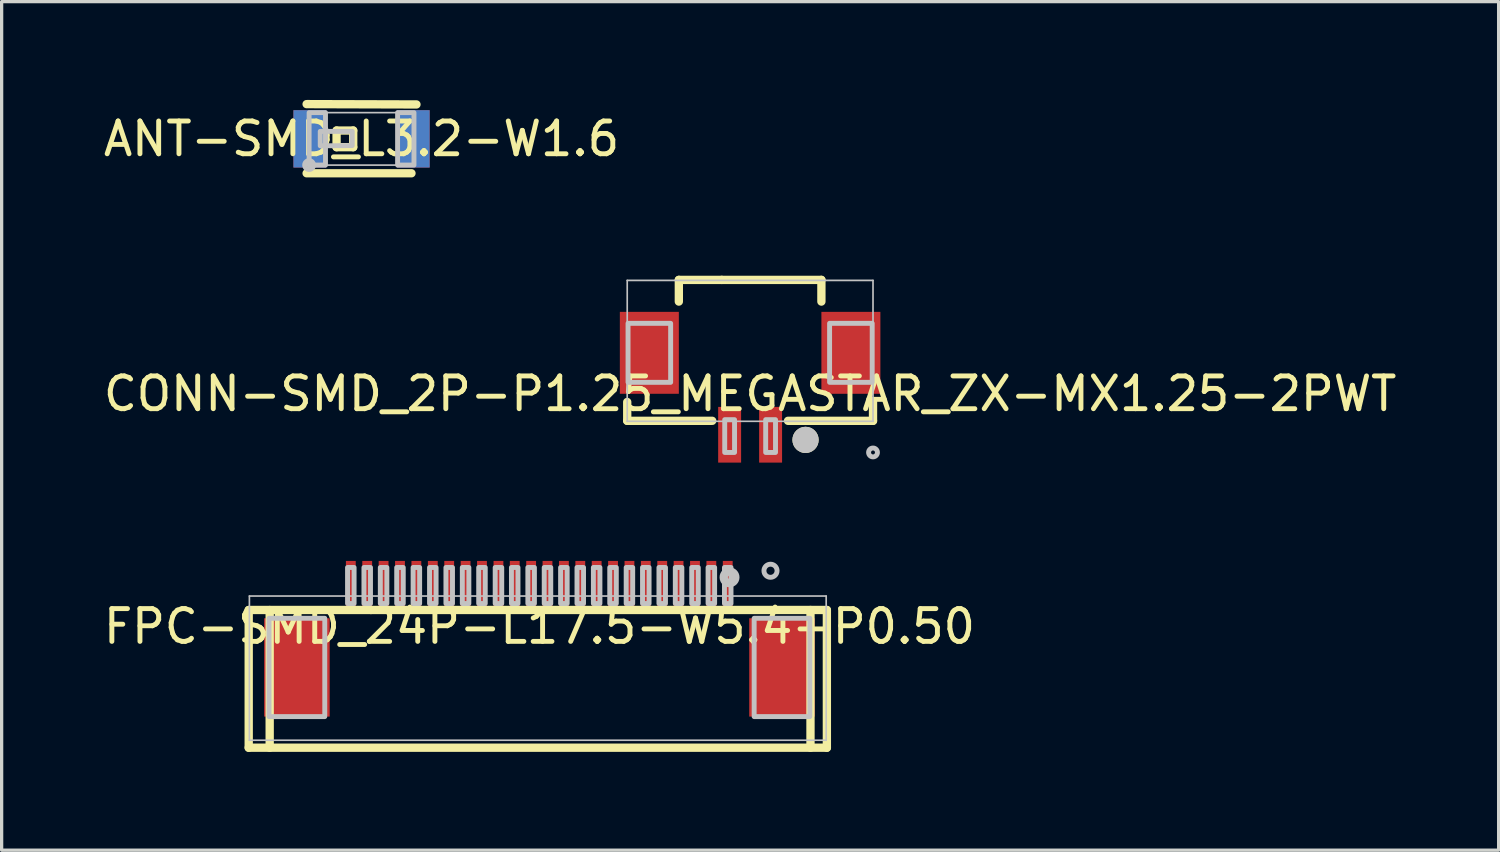
<source format=kicad_pcb>
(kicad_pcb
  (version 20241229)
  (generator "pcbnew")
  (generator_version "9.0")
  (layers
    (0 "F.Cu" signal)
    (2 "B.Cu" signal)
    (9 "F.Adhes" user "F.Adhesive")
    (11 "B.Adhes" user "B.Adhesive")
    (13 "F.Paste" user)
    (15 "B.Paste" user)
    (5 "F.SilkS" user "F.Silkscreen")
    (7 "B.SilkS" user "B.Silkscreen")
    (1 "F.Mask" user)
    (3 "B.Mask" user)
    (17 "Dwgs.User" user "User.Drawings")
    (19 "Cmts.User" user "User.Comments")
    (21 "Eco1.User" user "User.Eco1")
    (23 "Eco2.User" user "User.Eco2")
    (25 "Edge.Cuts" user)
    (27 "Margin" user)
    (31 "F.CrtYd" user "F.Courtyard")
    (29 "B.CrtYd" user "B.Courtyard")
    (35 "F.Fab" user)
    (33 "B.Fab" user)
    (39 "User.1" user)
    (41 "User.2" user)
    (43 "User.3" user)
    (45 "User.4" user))
  (footprint "ANT-SMD_L3.2-W1.6"
    (layer "F.Cu")
    (at 7.982 1.187)
    (property "Reference" "ANT-SMD_L3.2-W1.6" (at 0 0 0) (layer "F.SilkS") (effects (font (size 1 1) (thickness 0.15))))
    (fp_line (start -1.676 -1.06) (end 1.676 -1.05) (stroke (width 0.254) (type solid)) (layer "F.SilkS"))
    (fp_line (start -0.762 -0.254) (end -0.762 0.254) (stroke (width 0.254) (type solid)) (layer "F.SilkS"))
    (fp_line (start -0.762 0.254) (end -0.254 0.254) (stroke (width 0.254) (type solid)) (layer "F.SilkS"))
    (fp_line (start -0.254 -0.254) (end -0.762 -0.254) (stroke (width 0.254) (type solid)) (layer "F.SilkS"))
    (fp_line (start -0.254 0.254) (end -0.254 -0.254) (stroke (width 0.254) (type solid)) (layer "F.SilkS"))
    (fp_line (start 1.524 1.05) (end -1.676 1.05) (stroke (width 0.254) (type solid)) (layer "F.SilkS"))
    (fp_line (start -1.6 -0.8) (end 1.6 -0.8) (stroke (width 0.051) (type solid)) (layer "Dwgs.User"))
    (fp_line (start -1.6 0.8) (end -1.6 -0.8) (stroke (width 0.051) (type solid)) (layer "Dwgs.User"))
    (fp_line (start 1.6 -0.8) (end 1.6 0.8) (stroke (width 0.051) (type solid)) (layer "Dwgs.User"))
    (fp_line (start 1.6 0.8) (end -1.6 0.8) (stroke (width 0.051) (type solid)) (layer "Dwgs.User"))
    (fp_circle (center -1.6 0.8) (end -1.54 0.8) (stroke (width 0.15) (type solid)) (fill no) (layer "Dwgs.User"))
    (fp_poly (pts (xy -1.6 -0.8) (xy -1.1 -0.8) (xy -1.1 0.8) (xy -1.6 0.8) (xy -1.6 -0.8)) (stroke (width 0.15) (type solid)) (fill no) (layer "Dwgs.User"))
    (fp_poly (pts (xy 1.1 -0.8) (xy 1.6 -0.8) (xy 1.6 0.8) (xy 1.1 0.8) (xy 1.1 -0.8)) (stroke (width 0.15) (type solid)) (fill no) (layer "Dwgs.User"))
    (fp_poly (pts (xy -1.26 -0.228) (xy -0.284 -0.228) (xy -0.284 0.206) (xy -1.26 0.212) (xy -1.26 0.18) (xy -1.26 -0.228)) (stroke (width 0.15) (type solid)) (fill no) (layer "Dwgs.User"))
    (pad "1" thru_hole rect (at -1.578 0) (size 1 1.75) (layers "F.Cu" "F.Mask" "F.Paste"))
    (pad "2" thru_hole rect (at 1.578 0) (size 1 1.75) (layers "F.Cu" "F.Mask" "F.Paste")))
  (footprint "FPC-SMD_24P-L17.5-W5.4-P0.50"
    (layer "F.Cu")
    (at 13.411 16.066)
    (property "Reference" "FPC-SMD_24P-L17.5-W5.4-P0.50" (at 0 0 0) (layer "F.SilkS") (effects (font (size 1 1) (thickness 0.15))))
    (fp_line (start -8.872 -0.503) (end 8.77 -0.503) (stroke (width 0.254) (type solid)) (layer "F.SilkS"))
    (fp_line (start -8.872 -0.502) (end -8.872 3.7) (stroke (width 0.254) (type solid)) (layer "F.SilkS"))
    (fp_line (start -8.872 3.7) (end 8.77 3.7) (stroke (width 0.254) (type solid)) (layer "F.SilkS"))
    (fp_line (start -8.232 -0.502) (end -8.232 3.7) (stroke (width 0.254) (type solid)) (layer "F.SilkS"))
    (fp_line (start 8.27 -0.503) (end 8.27 3.7) (stroke (width 0.254) (type solid)) (layer "F.SilkS"))
    (fp_line (start 8.77 -0.503) (end 8.77 3.7) (stroke (width 0.254) (type solid)) (layer "F.SilkS"))
    (fp_line (start -8.851 -0.928) (end 8.749 -0.928) (stroke (width 0.051) (type solid)) (layer "Dwgs.User"))
    (fp_line (start -8.851 3.472) (end -8.851 -0.928) (stroke (width 0.051) (type solid)) (layer "Dwgs.User"))
    (fp_line (start 8.749 -0.928) (end 8.749 3.472) (stroke (width 0.051) (type solid)) (layer "Dwgs.User"))
    (fp_line (start 8.749 3.472) (end -8.851 3.472) (stroke (width 0.051) (type solid)) (layer "Dwgs.User"))
    (fp_circle (center 5.8 -1.5) (end 5.85 -1.5) (stroke (width 0.254) (type solid)) (fill no) (layer "Dwgs.User"))
    (fp_circle (center 7.05 -1.7) (end 7.25 -1.7) (stroke (width 0.15) (type solid)) (fill no) (layer "Dwgs.User"))
    (fp_poly (pts (xy -8.251 -0.25) (xy -6.551 -0.25) (xy -6.551 2.75) (xy -8.251 2.75) (xy -8.251 -0.25)) (stroke (width 0.15) (type solid)) (fill no) (layer "Dwgs.User"))
    (fp_poly (pts (xy -5.656 -0.7) (xy -5.856 -0.7) (xy -5.856 -1.8) (xy -5.656 -1.8) (xy -5.656 -0.7)) (stroke (width 0.15) (type solid)) (fill no) (layer "Dwgs.User"))
    (fp_poly (pts (xy -5.156 -0.7) (xy -5.356 -0.7) (xy -5.356 -1.8) (xy -5.156 -1.8) (xy -5.156 -0.7)) (stroke (width 0.15) (type solid)) (fill no) (layer "Dwgs.User"))
    (fp_poly (pts (xy -4.656 -0.7) (xy -4.856 -0.7) (xy -4.856 -1.8) (xy -4.656 -1.8) (xy -4.656 -0.7)) (stroke (width 0.15) (type solid)) (fill no) (layer "Dwgs.User"))
    (fp_poly (pts (xy -4.156 -0.7) (xy -4.356 -0.7) (xy -4.356 -1.8) (xy -4.156 -1.8) (xy -4.156 -0.7)) (stroke (width 0.15) (type solid)) (fill no) (layer "Dwgs.User"))
    (fp_poly (pts (xy -3.656 -0.7) (xy -3.856 -0.7) (xy -3.856 -1.8) (xy -3.656 -1.8) (xy -3.656 -0.7)) (stroke (width 0.15) (type solid)) (fill no) (layer "Dwgs.User"))
    (fp_poly (pts (xy -3.154 -0.7) (xy -3.354 -0.7) (xy -3.354 -1.8) (xy -3.154 -1.8) (xy -3.154 -0.7)) (stroke (width 0.15) (type solid)) (fill no) (layer "Dwgs.User"))
    (fp_poly (pts (xy -2.654 -0.7) (xy -2.854 -0.7) (xy -2.854 -1.8) (xy -2.654 -1.8) (xy -2.654 -0.7)) (stroke (width 0.15) (type solid)) (fill no) (layer "Dwgs.User"))
    (fp_poly (pts (xy -2.154 -0.7) (xy -2.354 -0.7) (xy -2.354 -1.8) (xy -2.154 -1.8) (xy -2.154 -0.7)) (stroke (width 0.15) (type solid)) (fill no) (layer "Dwgs.User"))
    (fp_poly (pts (xy -1.654 -0.7) (xy -1.854 -0.7) (xy -1.854 -1.8) (xy -1.654 -1.8) (xy -1.654 -0.7)) (stroke (width 0.15) (type solid)) (fill no) (layer "Dwgs.User"))
    (fp_poly (pts (xy -1.151 -0.7) (xy -1.351 -0.7) (xy -1.351 -1.8) (xy -1.151 -1.8) (xy -1.151 -0.7)) (stroke (width 0.15) (type solid)) (fill no) (layer "Dwgs.User"))
    (fp_poly (pts (xy -0.655 -0.7) (xy -0.855 -0.7) (xy -0.855 -1.8) (xy -0.655 -1.8) (xy -0.655 -0.7)) (stroke (width 0.15) (type solid)) (fill no) (layer "Dwgs.User"))
    (fp_poly (pts (xy -0.154 -0.7) (xy -0.354 -0.7) (xy -0.354 -1.8) (xy -0.154 -1.8) (xy -0.154 -0.7)) (stroke (width 0.15) (type solid)) (fill no) (layer "Dwgs.User"))
    (fp_poly (pts (xy 0.345 -0.7) (xy 0.145 -0.7) (xy 0.145 -1.8) (xy 0.345 -1.8) (xy 0.345 -0.7)) (stroke (width 0.15) (type solid)) (fill no) (layer "Dwgs.User"))
    (fp_poly (pts (xy 0.846 -0.7) (xy 0.645 -0.7) (xy 0.645 -1.8) (xy 0.846 -1.8) (xy 0.846 -0.7)) (stroke (width 0.15) (type solid)) (fill no) (layer "Dwgs.User"))
    (fp_poly (pts (xy 1.345 -0.7) (xy 1.145 -0.7) (xy 1.145 -1.8) (xy 1.345 -1.8) (xy 1.345 -0.7)) (stroke (width 0.15) (type solid)) (fill no) (layer "Dwgs.User"))
    (fp_poly (pts (xy 1.845 -0.7) (xy 1.645 -0.7) (xy 1.645 -1.8) (xy 1.845 -1.8) (xy 1.845 -0.7)) (stroke (width 0.15) (type solid)) (fill no) (layer "Dwgs.User"))
    (fp_poly (pts (xy 2.345 -0.7) (xy 2.145 -0.7) (xy 2.145 -1.8) (xy 2.345 -1.8) (xy 2.345 -0.7)) (stroke (width 0.15) (type solid)) (fill no) (layer "Dwgs.User"))
    (fp_poly (pts (xy 2.845 -0.7) (xy 2.646 -0.7) (xy 2.646 -1.8) (xy 2.845 -1.8) (xy 2.845 -0.7)) (stroke (width 0.15) (type solid)) (fill no) (layer "Dwgs.User"))
    (fp_poly (pts (xy 3.345 -0.7) (xy 3.145 -0.7) (xy 3.145 -1.8) (xy 3.345 -1.8) (xy 3.345 -0.7)) (stroke (width 0.15) (type solid)) (fill no) (layer "Dwgs.User"))
    (fp_poly (pts (xy 3.845 -0.7) (xy 3.646 -0.7) (xy 3.646 -1.8) (xy 3.845 -1.8) (xy 3.845 -0.7)) (stroke (width 0.15) (type solid)) (fill no) (layer "Dwgs.User"))
    (fp_poly (pts (xy 4.345 -0.7) (xy 4.145 -0.7) (xy 4.145 -1.8) (xy 4.345 -1.8) (xy 4.345 -0.7)) (stroke (width 0.15) (type solid)) (fill no) (layer "Dwgs.User"))
    (fp_poly (pts (xy 4.846 -0.7) (xy 4.646 -0.7) (xy 4.646 -1.8) (xy 4.846 -1.8) (xy 4.846 -0.7)) (stroke (width 0.15) (type solid)) (fill no) (layer "Dwgs.User"))
    (fp_poly (pts (xy 5.345 -0.7) (xy 5.145 -0.7) (xy 5.145 -1.8) (xy 5.345 -1.8) (xy 5.345 -0.7)) (stroke (width 0.15) (type solid)) (fill no) (layer "Dwgs.User"))
    (fp_poly (pts (xy 5.845 -0.7) (xy 5.645 -0.7) (xy 5.645 -1.8) (xy 5.845 -1.8) (xy 5.845 -0.7)) (stroke (width 0.15) (type solid)) (fill no) (layer "Dwgs.User"))
    (fp_poly (pts (xy 8.251 2.75) (xy 6.551 2.75) (xy 6.551 -0.25) (xy 8.251 -0.25) (xy 8.251 2.75)) (stroke (width 0.15) (type solid)) (fill no) (layer "Dwgs.User"))
    (pad "1" smd rect (at 5.745 -1.25 180) (size 0.3 1.5) (layers "F.Cu" "F.Mask" "F.Paste"))
    (pad "2" smd rect (at 5.245 -1.25 180) (size 0.3 1.5) (layers "F.Cu" "F.Mask" "F.Paste"))
    (pad "3" smd rect (at 4.746 -1.25 180) (size 0.3 1.5) (layers "F.Cu" "F.Mask" "F.Paste"))
    (pad "4" smd rect (at 4.245 -1.25 180) (size 0.3 1.5) (layers "F.Cu" "F.Mask" "F.Paste"))
    (pad "5" smd rect (at 3.746 -1.25 180) (size 0.3 1.5) (layers "F.Cu" "F.Mask" "F.Paste"))
    (pad "6" smd rect (at 3.245 -1.25 180) (size 0.3 1.5) (layers "F.Cu" "F.Mask" "F.Paste"))
    (pad "7" smd rect (at 2.746 -1.25 180) (size 0.3 1.5) (layers "F.Cu" "F.Mask" "F.Paste"))
    (pad "8" smd rect (at 2.245 -1.25 180) (size 0.3 1.5) (layers "F.Cu" "F.Mask" "F.Paste"))
    (pad "9" smd rect (at 1.746 -1.25 180) (size 0.3 1.5) (layers "F.Cu" "F.Mask" "F.Paste"))
    (pad "10" smd rect (at 1.246 -1.25 180) (size 0.3 1.5) (layers "F.Cu" "F.Mask" "F.Paste"))
    (pad "11" smd rect (at 0.746 -1.25 180) (size 0.3 1.5) (layers "F.Cu" "F.Mask" "F.Paste"))
    (pad "12" smd rect (at 0.245 -1.25 180) (size 0.3 1.5) (layers "F.Cu" "F.Mask" "F.Paste"))
    (pad "13" smd rect (at -0.254 -1.25 180) (size 0.3 1.5) (layers "F.Cu" "F.Mask" "F.Paste"))
    (pad "14" smd rect (at -0.754 -1.25 180) (size 0.3 1.5) (layers "F.Cu" "F.Mask" "F.Paste"))
    (pad "15" smd rect (at -1.251 -1.25 180) (size 0.3 1.5) (layers "F.Cu" "F.Mask" "F.Paste"))
    (pad "16" smd rect (at -1.754 -1.25 180) (size 0.3 1.5) (layers "F.Cu" "F.Mask" "F.Paste"))
    (pad "17" smd rect (at -2.254 -1.25 180) (size 0.3 1.5) (layers "F.Cu" "F.Mask" "F.Paste"))
    (pad "18" smd rect (at -2.754 -1.25 180) (size 0.3 1.5) (layers "F.Cu" "F.Mask" "F.Paste"))
    (pad "19" smd rect (at -3.254 -1.25 180) (size 0.3 1.5) (layers "F.Cu" "F.Mask" "F.Paste"))
    (pad "20" smd rect (at -3.756 -1.25 180) (size 0.3 1.5) (layers "F.Cu" "F.Mask" "F.Paste"))
    (pad "21" smd rect (at -4.256 -1.25 180) (size 0.3 1.5) (layers "F.Cu" "F.Mask" "F.Paste"))
    (pad "22" smd rect (at -4.756 -1.25 180) (size 0.3 1.5) (layers "F.Cu" "F.Mask" "F.Paste"))
    (pad "23" smd rect (at -5.256 -1.25 180) (size 0.3 1.5) (layers "F.Cu" "F.Mask" "F.Paste"))
    (pad "24" smd rect (at -5.756 -1.25 180) (size 0.3 1.5) (layers "F.Cu" "F.Mask" "F.Paste"))
    (pad "25" smd rect (at -7.401 1.25) (size 2 3) (layers "F.Cu" "F.Mask" "F.Paste"))
    (pad "26" smd rect (at 7.401 1.25 180) (size 2 3) (layers "F.Cu" "F.Mask" "F.Paste")))
  (footprint "CONN-SMD_2P-P1.25_MEGASTAR_ZX-MX1.25-2PWT"
    (layer "F.Cu")
    (at 19.839 8.966)
    (property "Reference" "CONN-SMD_2P-P1.25_MEGASTAR_ZX-MX1.25-2PWT" (at 0 0 0) (layer "F.SilkS") (effects (font (size 1 1) (thickness 0.15))))
    (fp_line (start -3.75 0.825) (end -3.75 0.25) (stroke (width 0.254) (type solid)) (layer "F.SilkS"))
    (fp_line (start -2.175 -3.475) (end -2.175 -2.814) (stroke (width 0.254) (type solid)) (layer "F.SilkS"))
    (fp_line (start -1.156 0.825) (end -3.75 0.825) (stroke (width 0.254) (type solid)) (layer "F.SilkS"))
    (fp_line (start -0.866 -3.475) (end -2.176 -3.475) (stroke (width 0.254) (type solid)) (layer "F.SilkS"))
    (fp_line (start 1.156 0.825) (end 3.75 0.825) (stroke (width 0.254) (type solid)) (layer "F.SilkS"))
    (fp_line (start 2.175 -3.475) (end -0.866 -3.475) (stroke (width 0.254) (type solid)) (layer "F.SilkS"))
    (fp_line (start 2.175 -3.475) (end 2.175 -2.814) (stroke (width 0.254) (type solid)) (layer "F.SilkS"))
    (fp_line (start 3.75 0.825) (end 3.75 0.25) (stroke (width 0.254) (type solid)) (layer "F.SilkS"))
    (fp_circle (center 1.691 1.407) (end 1.891 1.407) (stroke (width 0.4) (type solid)) (fill no) (layer "F.SilkS"))
    (fp_line (start -3.75 -3.46) (end 3.75 -3.46) (stroke (width 0.051) (type solid)) (layer "Dwgs.User"))
    (fp_line (start -3.75 0.84) (end -3.75 -3.46) (stroke (width 0.051) (type solid)) (layer "Dwgs.User"))
    (fp_line (start 3.75 -3.46) (end 3.75 0.84) (stroke (width 0.051) (type solid)) (layer "Dwgs.User"))
    (fp_line (start 3.75 0.84) (end -3.75 0.84) (stroke (width 0.051) (type solid)) (layer "Dwgs.User"))
    (fp_circle (center 1.691 1.407) (end 1.891 1.407) (stroke (width 0.4) (type solid)) (fill no) (layer "Dwgs.User"))
    (fp_circle (center 3.75 1.79) (end 3.81 1.79) (stroke (width 0.15) (type solid)) (fill no) (layer "Dwgs.User"))
    (fp_poly (pts (xy -2.425 -0.35) (xy -3.725 -0.35) (xy -3.725 -2.15) (xy -2.425 -2.15) (xy -2.425 -0.35)) (stroke (width 0.15) (type solid)) (fill no) (layer "Dwgs.User"))
    (fp_poly (pts (xy -0.475 1.79) (xy -0.775 1.79) (xy -0.775 0.79) (xy -0.475 0.79) (xy -0.475 1.79)) (stroke (width 0.15) (type solid)) (fill no) (layer "Dwgs.User"))
    (fp_poly (pts (xy 0.775 1.79) (xy 0.475 1.79) (xy 0.475 0.79) (xy 0.775 0.79) (xy 0.775 1.79)) (stroke (width 0.15) (type solid)) (fill no) (layer "Dwgs.User"))
    (fp_poly (pts (xy 3.725 -0.35) (xy 2.425 -0.35) (xy 2.425 -2.15) (xy 3.725 -2.15) (xy 3.725 -0.35)) (stroke (width 0.15) (type solid)) (fill no) (layer "Dwgs.User"))
    (pad "1" smd rect (at 0.625 1.25 180) (size 0.7 1.7) (layers "F.Cu" "F.Mask" "F.Paste"))
    (pad "2" smd rect (at -0.625 1.25 180) (size 0.7 1.7) (layers "F.Cu" "F.Mask" "F.Paste"))
    (pad "3" smd rect (at -3.075 -1.25 180) (size 1.8 2.5) (layers "F.Cu" "F.Mask" "F.Paste"))
    (pad "4" smd rect (at 3.075 -1.25 180) (size 1.8 2.5) (layers "F.Cu" "F.Mask" "F.Paste")))
  (gr_rect
    (start -3 -3)
    (end 42.679 22.893)
    (stroke (width 0.1) (type default))
    (fill no)
    (layer "Edge.Cuts")))
</source>
